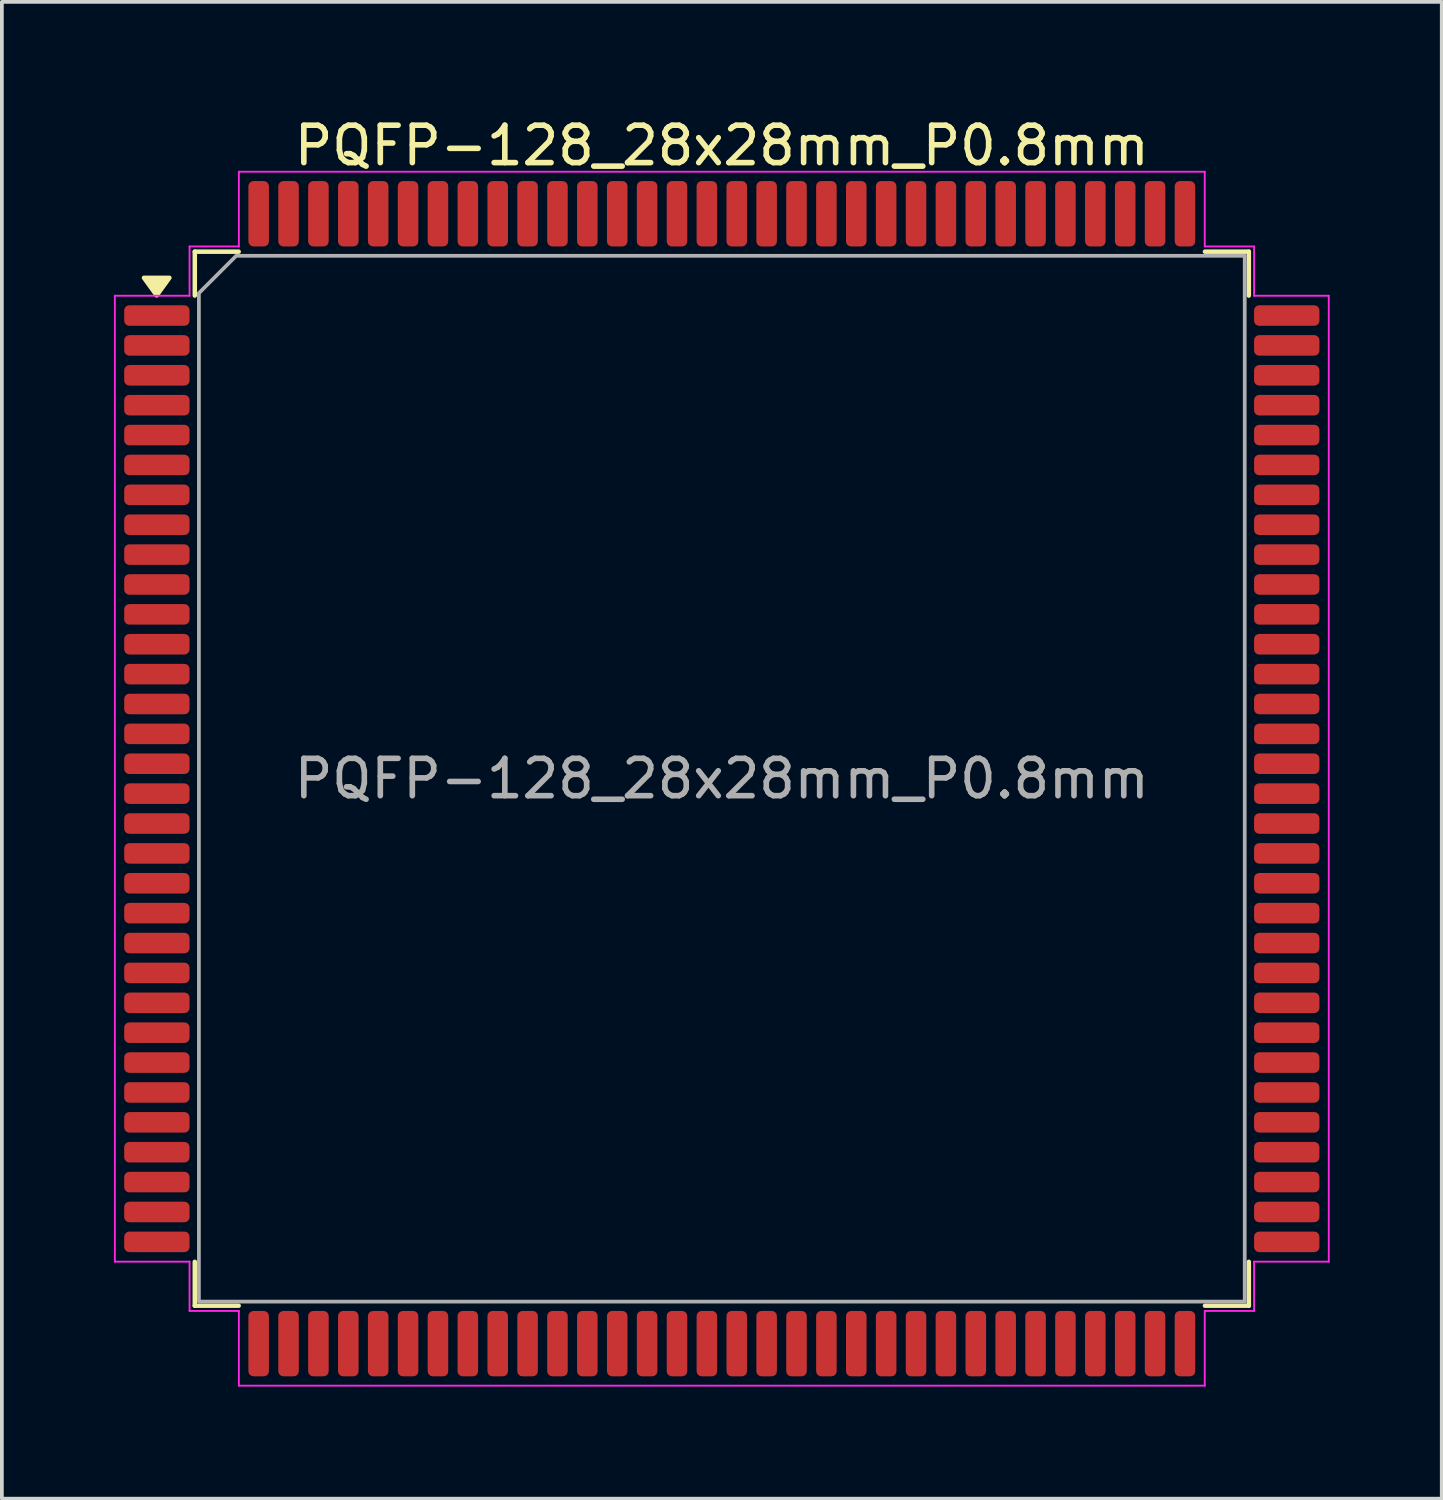
<source format=kicad_pcb>
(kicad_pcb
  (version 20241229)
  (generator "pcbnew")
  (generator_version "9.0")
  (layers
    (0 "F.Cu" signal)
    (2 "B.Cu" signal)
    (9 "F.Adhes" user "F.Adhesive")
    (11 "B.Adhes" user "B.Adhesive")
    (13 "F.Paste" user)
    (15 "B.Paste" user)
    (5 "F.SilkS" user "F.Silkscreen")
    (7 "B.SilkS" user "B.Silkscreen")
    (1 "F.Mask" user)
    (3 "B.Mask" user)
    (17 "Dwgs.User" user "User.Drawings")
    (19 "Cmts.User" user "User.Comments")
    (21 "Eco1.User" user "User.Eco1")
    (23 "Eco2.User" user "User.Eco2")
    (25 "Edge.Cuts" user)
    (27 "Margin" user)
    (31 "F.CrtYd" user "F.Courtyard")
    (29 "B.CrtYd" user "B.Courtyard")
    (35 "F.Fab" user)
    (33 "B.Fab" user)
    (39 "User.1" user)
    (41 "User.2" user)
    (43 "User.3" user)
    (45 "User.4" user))
  (footprint "PQFP-128_28x28mm_P0.8mm"
    (layer "F.Cu")
    (at 16.275 17.798)
    (property "Reference" "PQFP-128_28x28mm_P0.8mm" (at 0 -16.95 0) (layer "F.SilkS") (effects (font (size 1 1) (thickness 0.15))))
    (attr smd)
    (fp_line (start -14.11 -14.11) (end -12.935 -14.11) (stroke (width 0.12) (type solid)) (layer "F.SilkS"))
    (fp_line (start -14.11 -12.935) (end -14.11 -14.11) (stroke (width 0.12) (type solid)) (layer "F.SilkS"))
    (fp_line (start -14.11 14.11) (end -14.11 12.935) (stroke (width 0.12) (type solid)) (layer "F.SilkS"))
    (fp_line (start -12.935 14.11) (end -14.11 14.11) (stroke (width 0.12) (type solid)) (layer "F.SilkS"))
    (fp_line (start 12.935 -14.11) (end 14.11 -14.11) (stroke (width 0.12) (type solid)) (layer "F.SilkS"))
    (fp_line (start 14.11 -14.11) (end 14.11 -12.935) (stroke (width 0.12) (type solid)) (layer "F.SilkS"))
    (fp_line (start 14.11 12.935) (end 14.11 14.11) (stroke (width 0.12) (type solid)) (layer "F.SilkS"))
    (fp_line (start 14.11 14.11) (end 12.935 14.11) (stroke (width 0.12) (type solid)) (layer "F.SilkS"))
    (fp_poly (pts (xy -15.13 -12.94) (xy -15.47 -13.41) (xy -14.79 -13.41)) (stroke (width 0.12) (type solid)) (fill yes) (layer "F.SilkS"))
    (fp_line (start -16.25 -12.93) (end -14.25 -12.93) (stroke (width 0.05) (type solid)) (layer "F.CrtYd"))
    (fp_line (start -16.25 12.93) (end -16.25 -12.93) (stroke (width 0.05) (type solid)) (layer "F.CrtYd"))
    (fp_line (start -14.25 -14.25) (end -12.93 -14.25) (stroke (width 0.05) (type solid)) (layer "F.CrtYd"))
    (fp_line (start -14.25 -12.93) (end -14.25 -14.25) (stroke (width 0.05) (type solid)) (layer "F.CrtYd"))
    (fp_line (start -14.25 12.93) (end -16.25 12.93) (stroke (width 0.05) (type solid)) (layer "F.CrtYd"))
    (fp_line (start -14.25 14.25) (end -14.25 12.93) (stroke (width 0.05) (type solid)) (layer "F.CrtYd"))
    (fp_line (start -12.93 -16.25) (end 12.93 -16.25) (stroke (width 0.05) (type solid)) (layer "F.CrtYd"))
    (fp_line (start -12.93 -14.25) (end -12.93 -16.25) (stroke (width 0.05) (type solid)) (layer "F.CrtYd"))
    (fp_line (start -12.93 14.25) (end -14.25 14.25) (stroke (width 0.05) (type solid)) (layer "F.CrtYd"))
    (fp_line (start -12.93 16.25) (end -12.93 14.25) (stroke (width 0.05) (type solid)) (layer "F.CrtYd"))
    (fp_line (start 12.93 -16.25) (end 12.93 -14.25) (stroke (width 0.05) (type solid)) (layer "F.CrtYd"))
    (fp_line (start 12.93 -14.25) (end 14.25 -14.25) (stroke (width 0.05) (type solid)) (layer "F.CrtYd"))
    (fp_line (start 12.93 14.25) (end 12.93 16.25) (stroke (width 0.05) (type solid)) (layer "F.CrtYd"))
    (fp_line (start 12.93 16.25) (end -12.93 16.25) (stroke (width 0.05) (type solid)) (layer "F.CrtYd"))
    (fp_line (start 14.25 -14.25) (end 14.25 -12.93) (stroke (width 0.05) (type solid)) (layer "F.CrtYd"))
    (fp_line (start 14.25 -12.93) (end 16.25 -12.93) (stroke (width 0.05) (type solid)) (layer "F.CrtYd"))
    (fp_line (start 14.25 12.93) (end 14.25 14.25) (stroke (width 0.05) (type solid)) (layer "F.CrtYd"))
    (fp_line (start 14.25 14.25) (end 12.93 14.25) (stroke (width 0.05) (type solid)) (layer "F.CrtYd"))
    (fp_line (start 16.25 -12.93) (end 16.25 12.93) (stroke (width 0.05) (type solid)) (layer "F.CrtYd"))
    (fp_line (start 16.25 12.93) (end 14.25 12.93) (stroke (width 0.05) (type solid)) (layer "F.CrtYd"))
    (fp_poly (pts (xy -14 -13) (xy -14 14) (xy 14 14) (xy 14 -14) (xy -13 -14)) (stroke (width 0.1) (type solid)) (fill no) (layer "F.Fab"))
    (fp_text user "${REFERENCE}" (at 0 0 0) (layer "F.Fab") (effects (font (size 1 1) (thickness 0.15))))
    (pad "1" smd roundrect (at -15.125 -12.4) (size 1.75 0.55) (layers "F.Cu" "F.Mask" "F.Paste") (roundrect_rratio 0.25))
    (pad "2" smd roundrect (at -15.125 -11.6) (size 1.75 0.55) (layers "F.Cu" "F.Mask" "F.Paste") (roundrect_rratio 0.25))
    (pad "3" smd roundrect (at -15.125 -10.8) (size 1.75 0.55) (layers "F.Cu" "F.Mask" "F.Paste") (roundrect_rratio 0.25))
    (pad "4" smd roundrect (at -15.125 -10) (size 1.75 0.55) (layers "F.Cu" "F.Mask" "F.Paste") (roundrect_rratio 0.25))
    (pad "5" smd roundrect (at -15.125 -9.2) (size 1.75 0.55) (layers "F.Cu" "F.Mask" "F.Paste") (roundrect_rratio 0.25))
    (pad "6" smd roundrect (at -15.125 -8.4) (size 1.75 0.55) (layers "F.Cu" "F.Mask" "F.Paste") (roundrect_rratio 0.25))
    (pad "7" smd roundrect (at -15.125 -7.6) (size 1.75 0.55) (layers "F.Cu" "F.Mask" "F.Paste") (roundrect_rratio 0.25))
    (pad "8" smd roundrect (at -15.125 -6.8) (size 1.75 0.55) (layers "F.Cu" "F.Mask" "F.Paste") (roundrect_rratio 0.25))
    (pad "9" smd roundrect (at -15.125 -6) (size 1.75 0.55) (layers "F.Cu" "F.Mask" "F.Paste") (roundrect_rratio 0.25))
    (pad "10" smd roundrect (at -15.125 -5.2) (size 1.75 0.55) (layers "F.Cu" "F.Mask" "F.Paste") (roundrect_rratio 0.25))
    (pad "11" smd roundrect (at -15.125 -4.4) (size 1.75 0.55) (layers "F.Cu" "F.Mask" "F.Paste") (roundrect_rratio 0.25))
    (pad "12" smd roundrect (at -15.125 -3.6) (size 1.75 0.55) (layers "F.Cu" "F.Mask" "F.Paste") (roundrect_rratio 0.25))
    (pad "13" smd roundrect (at -15.125 -2.8) (size 1.75 0.55) (layers "F.Cu" "F.Mask" "F.Paste") (roundrect_rratio 0.25))
    (pad "14" smd roundrect (at -15.125 -2) (size 1.75 0.55) (layers "F.Cu" "F.Mask" "F.Paste") (roundrect_rratio 0.25))
    (pad "15" smd roundrect (at -15.125 -1.2) (size 1.75 0.55) (layers "F.Cu" "F.Mask" "F.Paste") (roundrect_rratio 0.25))
    (pad "16" smd roundrect (at -15.125 -0.4) (size 1.75 0.55) (layers "F.Cu" "F.Mask" "F.Paste") (roundrect_rratio 0.25))
    (pad "17" smd roundrect (at -15.125 0.4) (size 1.75 0.55) (layers "F.Cu" "F.Mask" "F.Paste") (roundrect_rratio 0.25))
    (pad "18" smd roundrect (at -15.125 1.2) (size 1.75 0.55) (layers "F.Cu" "F.Mask" "F.Paste") (roundrect_rratio 0.25))
    (pad "19" smd roundrect (at -15.125 2) (size 1.75 0.55) (layers "F.Cu" "F.Mask" "F.Paste") (roundrect_rratio 0.25))
    (pad "20" smd roundrect (at -15.125 2.8) (size 1.75 0.55) (layers "F.Cu" "F.Mask" "F.Paste") (roundrect_rratio 0.25))
    (pad "21" smd roundrect (at -15.125 3.6) (size 1.75 0.55) (layers "F.Cu" "F.Mask" "F.Paste") (roundrect_rratio 0.25))
    (pad "22" smd roundrect (at -15.125 4.4) (size 1.75 0.55) (layers "F.Cu" "F.Mask" "F.Paste") (roundrect_rratio 0.25))
    (pad "23" smd roundrect (at -15.125 5.2) (size 1.75 0.55) (layers "F.Cu" "F.Mask" "F.Paste") (roundrect_rratio 0.25))
    (pad "24" smd roundrect (at -15.125 6) (size 1.75 0.55) (layers "F.Cu" "F.Mask" "F.Paste") (roundrect_rratio 0.25))
    (pad "25" smd roundrect (at -15.125 6.8) (size 1.75 0.55) (layers "F.Cu" "F.Mask" "F.Paste") (roundrect_rratio 0.25))
    (pad "26" smd roundrect (at -15.125 7.6) (size 1.75 0.55) (layers "F.Cu" "F.Mask" "F.Paste") (roundrect_rratio 0.25))
    (pad "27" smd roundrect (at -15.125 8.4) (size 1.75 0.55) (layers "F.Cu" "F.Mask" "F.Paste") (roundrect_rratio 0.25))
    (pad "28" smd roundrect (at -15.125 9.2) (size 1.75 0.55) (layers "F.Cu" "F.Mask" "F.Paste") (roundrect_rratio 0.25))
    (pad "29" smd roundrect (at -15.125 10) (size 1.75 0.55) (layers "F.Cu" "F.Mask" "F.Paste") (roundrect_rratio 0.25))
    (pad "30" smd roundrect (at -15.125 10.8) (size 1.75 0.55) (layers "F.Cu" "F.Mask" "F.Paste") (roundrect_rratio 0.25))
    (pad "31" smd roundrect (at -15.125 11.6) (size 1.75 0.55) (layers "F.Cu" "F.Mask" "F.Paste") (roundrect_rratio 0.25))
    (pad "32" smd roundrect (at -15.125 12.4) (size 1.75 0.55) (layers "F.Cu" "F.Mask" "F.Paste") (roundrect_rratio 0.25))
    (pad "33" smd roundrect (at -12.4 15.125) (size 0.55 1.75) (layers "F.Cu" "F.Mask" "F.Paste") (roundrect_rratio 0.25))
    (pad "34" smd roundrect (at -11.6 15.125) (size 0.55 1.75) (layers "F.Cu" "F.Mask" "F.Paste") (roundrect_rratio 0.25))
    (pad "35" smd roundrect (at -10.8 15.125) (size 0.55 1.75) (layers "F.Cu" "F.Mask" "F.Paste") (roundrect_rratio 0.25))
    (pad "36" smd roundrect (at -10 15.125) (size 0.55 1.75) (layers "F.Cu" "F.Mask" "F.Paste") (roundrect_rratio 0.25))
    (pad "37" smd roundrect (at -9.2 15.125) (size 0.55 1.75) (layers "F.Cu" "F.Mask" "F.Paste") (roundrect_rratio 0.25))
    (pad "38" smd roundrect (at -8.4 15.125) (size 0.55 1.75) (layers "F.Cu" "F.Mask" "F.Paste") (roundrect_rratio 0.25))
    (pad "39" smd roundrect (at -7.6 15.125) (size 0.55 1.75) (layers "F.Cu" "F.Mask" "F.Paste") (roundrect_rratio 0.25))
    (pad "40" smd roundrect (at -6.8 15.125) (size 0.55 1.75) (layers "F.Cu" "F.Mask" "F.Paste") (roundrect_rratio 0.25))
    (pad "41" smd roundrect (at -6 15.125) (size 0.55 1.75) (layers "F.Cu" "F.Mask" "F.Paste") (roundrect_rratio 0.25))
    (pad "42" smd roundrect (at -5.2 15.125) (size 0.55 1.75) (layers "F.Cu" "F.Mask" "F.Paste") (roundrect_rratio 0.25))
    (pad "43" smd roundrect (at -4.4 15.125) (size 0.55 1.75) (layers "F.Cu" "F.Mask" "F.Paste") (roundrect_rratio 0.25))
    (pad "44" smd roundrect (at -3.6 15.125) (size 0.55 1.75) (layers "F.Cu" "F.Mask" "F.Paste") (roundrect_rratio 0.25))
    (pad "45" smd roundrect (at -2.8 15.125) (size 0.55 1.75) (layers "F.Cu" "F.Mask" "F.Paste") (roundrect_rratio 0.25))
    (pad "46" smd roundrect (at -2 15.125) (size 0.55 1.75) (layers "F.Cu" "F.Mask" "F.Paste") (roundrect_rratio 0.25))
    (pad "47" smd roundrect (at -1.2 15.125) (size 0.55 1.75) (layers "F.Cu" "F.Mask" "F.Paste") (roundrect_rratio 0.25))
    (pad "48" smd roundrect (at -0.4 15.125) (size 0.55 1.75) (layers "F.Cu" "F.Mask" "F.Paste") (roundrect_rratio 0.25))
    (pad "49" smd roundrect (at 0.4 15.125) (size 0.55 1.75) (layers "F.Cu" "F.Mask" "F.Paste") (roundrect_rratio 0.25))
    (pad "50" smd roundrect (at 1.2 15.125) (size 0.55 1.75) (layers "F.Cu" "F.Mask" "F.Paste") (roundrect_rratio 0.25))
    (pad "51" smd roundrect (at 2 15.125) (size 0.55 1.75) (layers "F.Cu" "F.Mask" "F.Paste") (roundrect_rratio 0.25))
    (pad "52" smd roundrect (at 2.8 15.125) (size 0.55 1.75) (layers "F.Cu" "F.Mask" "F.Paste") (roundrect_rratio 0.25))
    (pad "53" smd roundrect (at 3.6 15.125) (size 0.55 1.75) (layers "F.Cu" "F.Mask" "F.Paste") (roundrect_rratio 0.25))
    (pad "54" smd roundrect (at 4.4 15.125) (size 0.55 1.75) (layers "F.Cu" "F.Mask" "F.Paste") (roundrect_rratio 0.25))
    (pad "55" smd roundrect (at 5.2 15.125) (size 0.55 1.75) (layers "F.Cu" "F.Mask" "F.Paste") (roundrect_rratio 0.25))
    (pad "56" smd roundrect (at 6 15.125) (size 0.55 1.75) (layers "F.Cu" "F.Mask" "F.Paste") (roundrect_rratio 0.25))
    (pad "57" smd roundrect (at 6.8 15.125) (size 0.55 1.75) (layers "F.Cu" "F.Mask" "F.Paste") (roundrect_rratio 0.25))
    (pad "58" smd roundrect (at 7.6 15.125) (size 0.55 1.75) (layers "F.Cu" "F.Mask" "F.Paste") (roundrect_rratio 0.25))
    (pad "59" smd roundrect (at 8.4 15.125) (size 0.55 1.75) (layers "F.Cu" "F.Mask" "F.Paste") (roundrect_rratio 0.25))
    (pad "60" smd roundrect (at 9.2 15.125) (size 0.55 1.75) (layers "F.Cu" "F.Mask" "F.Paste") (roundrect_rratio 0.25))
    (pad "61" smd roundrect (at 10 15.125) (size 0.55 1.75) (layers "F.Cu" "F.Mask" "F.Paste") (roundrect_rratio 0.25))
    (pad "62" smd roundrect (at 10.8 15.125) (size 0.55 1.75) (layers "F.Cu" "F.Mask" "F.Paste") (roundrect_rratio 0.25))
    (pad "63" smd roundrect (at 11.6 15.125) (size 0.55 1.75) (layers "F.Cu" "F.Mask" "F.Paste") (roundrect_rratio 0.25))
    (pad "64" smd roundrect (at 12.4 15.125) (size 0.55 1.75) (layers "F.Cu" "F.Mask" "F.Paste") (roundrect_rratio 0.25))
    (pad "65" smd roundrect (at 15.125 12.4) (size 1.75 0.55) (layers "F.Cu" "F.Mask" "F.Paste") (roundrect_rratio 0.25))
    (pad "66" smd roundrect (at 15.125 11.6) (size 1.75 0.55) (layers "F.Cu" "F.Mask" "F.Paste") (roundrect_rratio 0.25))
    (pad "67" smd roundrect (at 15.125 10.8) (size 1.75 0.55) (layers "F.Cu" "F.Mask" "F.Paste") (roundrect_rratio 0.25))
    (pad "68" smd roundrect (at 15.125 10) (size 1.75 0.55) (layers "F.Cu" "F.Mask" "F.Paste") (roundrect_rratio 0.25))
    (pad "69" smd roundrect (at 15.125 9.2) (size 1.75 0.55) (layers "F.Cu" "F.Mask" "F.Paste") (roundrect_rratio 0.25))
    (pad "70" smd roundrect (at 15.125 8.4) (size 1.75 0.55) (layers "F.Cu" "F.Mask" "F.Paste") (roundrect_rratio 0.25))
    (pad "71" smd roundrect (at 15.125 7.6) (size 1.75 0.55) (layers "F.Cu" "F.Mask" "F.Paste") (roundrect_rratio 0.25))
    (pad "72" smd roundrect (at 15.125 6.8) (size 1.75 0.55) (layers "F.Cu" "F.Mask" "F.Paste") (roundrect_rratio 0.25))
    (pad "73" smd roundrect (at 15.125 6) (size 1.75 0.55) (layers "F.Cu" "F.Mask" "F.Paste") (roundrect_rratio 0.25))
    (pad "74" smd roundrect (at 15.125 5.2) (size 1.75 0.55) (layers "F.Cu" "F.Mask" "F.Paste") (roundrect_rratio 0.25))
    (pad "75" smd roundrect (at 15.125 4.4) (size 1.75 0.55) (layers "F.Cu" "F.Mask" "F.Paste") (roundrect_rratio 0.25))
    (pad "76" smd roundrect (at 15.125 3.6) (size 1.75 0.55) (layers "F.Cu" "F.Mask" "F.Paste") (roundrect_rratio 0.25))
    (pad "77" smd roundrect (at 15.125 2.8) (size 1.75 0.55) (layers "F.Cu" "F.Mask" "F.Paste") (roundrect_rratio 0.25))
    (pad "78" smd roundrect (at 15.125 2) (size 1.75 0.55) (layers "F.Cu" "F.Mask" "F.Paste") (roundrect_rratio 0.25))
    (pad "79" smd roundrect (at 15.125 1.2) (size 1.75 0.55) (layers "F.Cu" "F.Mask" "F.Paste") (roundrect_rratio 0.25))
    (pad "80" smd roundrect (at 15.125 0.4) (size 1.75 0.55) (layers "F.Cu" "F.Mask" "F.Paste") (roundrect_rratio 0.25))
    (pad "81" smd roundrect (at 15.125 -0.4) (size 1.75 0.55) (layers "F.Cu" "F.Mask" "F.Paste") (roundrect_rratio 0.25))
    (pad "82" smd roundrect (at 15.125 -1.2) (size 1.75 0.55) (layers "F.Cu" "F.Mask" "F.Paste") (roundrect_rratio 0.25))
    (pad "83" smd roundrect (at 15.125 -2) (size 1.75 0.55) (layers "F.Cu" "F.Mask" "F.Paste") (roundrect_rratio 0.25))
    (pad "84" smd roundrect (at 15.125 -2.8) (size 1.75 0.55) (layers "F.Cu" "F.Mask" "F.Paste") (roundrect_rratio 0.25))
    (pad "85" smd roundrect (at 15.125 -3.6) (size 1.75 0.55) (layers "F.Cu" "F.Mask" "F.Paste") (roundrect_rratio 0.25))
    (pad "86" smd roundrect (at 15.125 -4.4) (size 1.75 0.55) (layers "F.Cu" "F.Mask" "F.Paste") (roundrect_rratio 0.25))
    (pad "87" smd roundrect (at 15.125 -5.2) (size 1.75 0.55) (layers "F.Cu" "F.Mask" "F.Paste") (roundrect_rratio 0.25))
    (pad "88" smd roundrect (at 15.125 -6) (size 1.75 0.55) (layers "F.Cu" "F.Mask" "F.Paste") (roundrect_rratio 0.25))
    (pad "89" smd roundrect (at 15.125 -6.8) (size 1.75 0.55) (layers "F.Cu" "F.Mask" "F.Paste") (roundrect_rratio 0.25))
    (pad "90" smd roundrect (at 15.125 -7.6) (size 1.75 0.55) (layers "F.Cu" "F.Mask" "F.Paste") (roundrect_rratio 0.25))
    (pad "91" smd roundrect (at 15.125 -8.4) (size 1.75 0.55) (layers "F.Cu" "F.Mask" "F.Paste") (roundrect_rratio 0.25))
    (pad "92" smd roundrect (at 15.125 -9.2) (size 1.75 0.55) (layers "F.Cu" "F.Mask" "F.Paste") (roundrect_rratio 0.25))
    (pad "93" smd roundrect (at 15.125 -10) (size 1.75 0.55) (layers "F.Cu" "F.Mask" "F.Paste") (roundrect_rratio 0.25))
    (pad "94" smd roundrect (at 15.125 -10.8) (size 1.75 0.55) (layers "F.Cu" "F.Mask" "F.Paste") (roundrect_rratio 0.25))
    (pad "95" smd roundrect (at 15.125 -11.6) (size 1.75 0.55) (layers "F.Cu" "F.Mask" "F.Paste") (roundrect_rratio 0.25))
    (pad "96" smd roundrect (at 15.125 -12.4) (size 1.75 0.55) (layers "F.Cu" "F.Mask" "F.Paste") (roundrect_rratio 0.25))
    (pad "97" smd roundrect (at 12.4 -15.125) (size 0.55 1.75) (layers "F.Cu" "F.Mask" "F.Paste") (roundrect_rratio 0.25))
    (pad "98" smd roundrect (at 11.6 -15.125) (size 0.55 1.75) (layers "F.Cu" "F.Mask" "F.Paste") (roundrect_rratio 0.25))
    (pad "99" smd roundrect (at 10.8 -15.125) (size 0.55 1.75) (layers "F.Cu" "F.Mask" "F.Paste") (roundrect_rratio 0.25))
    (pad "100" smd roundrect (at 10 -15.125) (size 0.55 1.75) (layers "F.Cu" "F.Mask" "F.Paste") (roundrect_rratio 0.25))
    (pad "101" smd roundrect (at 9.2 -15.125) (size 0.55 1.75) (layers "F.Cu" "F.Mask" "F.Paste") (roundrect_rratio 0.25))
    (pad "102" smd roundrect (at 8.4 -15.125) (size 0.55 1.75) (layers "F.Cu" "F.Mask" "F.Paste") (roundrect_rratio 0.25))
    (pad "103" smd roundrect (at 7.6 -15.125) (size 0.55 1.75) (layers "F.Cu" "F.Mask" "F.Paste") (roundrect_rratio 0.25))
    (pad "104" smd roundrect (at 6.8 -15.125) (size 0.55 1.75) (layers "F.Cu" "F.Mask" "F.Paste") (roundrect_rratio 0.25))
    (pad "105" smd roundrect (at 6 -15.125) (size 0.55 1.75) (layers "F.Cu" "F.Mask" "F.Paste") (roundrect_rratio 0.25))
    (pad "106" smd roundrect (at 5.2 -15.125) (size 0.55 1.75) (layers "F.Cu" "F.Mask" "F.Paste") (roundrect_rratio 0.25))
    (pad "107" smd roundrect (at 4.4 -15.125) (size 0.55 1.75) (layers "F.Cu" "F.Mask" "F.Paste") (roundrect_rratio 0.25))
    (pad "108" smd roundrect (at 3.6 -15.125) (size 0.55 1.75) (layers "F.Cu" "F.Mask" "F.Paste") (roundrect_rratio 0.25))
    (pad "109" smd roundrect (at 2.8 -15.125) (size 0.55 1.75) (layers "F.Cu" "F.Mask" "F.Paste") (roundrect_rratio 0.25))
    (pad "110" smd roundrect (at 2 -15.125) (size 0.55 1.75) (layers "F.Cu" "F.Mask" "F.Paste") (roundrect_rratio 0.25))
    (pad "111" smd roundrect (at 1.2 -15.125) (size 0.55 1.75) (layers "F.Cu" "F.Mask" "F.Paste") (roundrect_rratio 0.25))
    (pad "112" smd roundrect (at 0.4 -15.125) (size 0.55 1.75) (layers "F.Cu" "F.Mask" "F.Paste") (roundrect_rratio 0.25))
    (pad "113" smd roundrect (at -0.4 -15.125) (size 0.55 1.75) (layers "F.Cu" "F.Mask" "F.Paste") (roundrect_rratio 0.25))
    (pad "114" smd roundrect (at -1.2 -15.125) (size 0.55 1.75) (layers "F.Cu" "F.Mask" "F.Paste") (roundrect_rratio 0.25))
    (pad "115" smd roundrect (at -2 -15.125) (size 0.55 1.75) (layers "F.Cu" "F.Mask" "F.Paste") (roundrect_rratio 0.25))
    (pad "116" smd roundrect (at -2.8 -15.125) (size 0.55 1.75) (layers "F.Cu" "F.Mask" "F.Paste") (roundrect_rratio 0.25))
    (pad "117" smd roundrect (at -3.6 -15.125) (size 0.55 1.75) (layers "F.Cu" "F.Mask" "F.Paste") (roundrect_rratio 0.25))
    (pad "118" smd roundrect (at -4.4 -15.125) (size 0.55 1.75) (layers "F.Cu" "F.Mask" "F.Paste") (roundrect_rratio 0.25))
    (pad "119" smd roundrect (at -5.2 -15.125) (size 0.55 1.75) (layers "F.Cu" "F.Mask" "F.Paste") (roundrect_rratio 0.25))
    (pad "120" smd roundrect (at -6 -15.125) (size 0.55 1.75) (layers "F.Cu" "F.Mask" "F.Paste") (roundrect_rratio 0.25))
    (pad "121" smd roundrect (at -6.8 -15.125) (size 0.55 1.75) (layers "F.Cu" "F.Mask" "F.Paste") (roundrect_rratio 0.25))
    (pad "122" smd roundrect (at -7.6 -15.125) (size 0.55 1.75) (layers "F.Cu" "F.Mask" "F.Paste") (roundrect_rratio 0.25))
    (pad "123" smd roundrect (at -8.4 -15.125) (size 0.55 1.75) (layers "F.Cu" "F.Mask" "F.Paste") (roundrect_rratio 0.25))
    (pad "124" smd roundrect (at -9.2 -15.125) (size 0.55 1.75) (layers "F.Cu" "F.Mask" "F.Paste") (roundrect_rratio 0.25))
    (pad "125" smd roundrect (at -10 -15.125) (size 0.55 1.75) (layers "F.Cu" "F.Mask" "F.Paste") (roundrect_rratio 0.25))
    (pad "126" smd roundrect (at -10.8 -15.125) (size 0.55 1.75) (layers "F.Cu" "F.Mask" "F.Paste") (roundrect_rratio 0.25))
    (pad "127" smd roundrect (at -11.6 -15.125) (size 0.55 1.75) (layers "F.Cu" "F.Mask" "F.Paste") (roundrect_rratio 0.25))
    (pad "128" smd roundrect (at -12.4 -15.125) (size 0.55 1.75) (layers "F.Cu" "F.Mask" "F.Paste") (roundrect_rratio 0.25)))
  (gr_rect
    (start -3 -3)
    (end 35.55 37.073)
    (stroke (width 0.1) (type default))
    (fill no)
    (layer "Edge.Cuts")))
</source>
